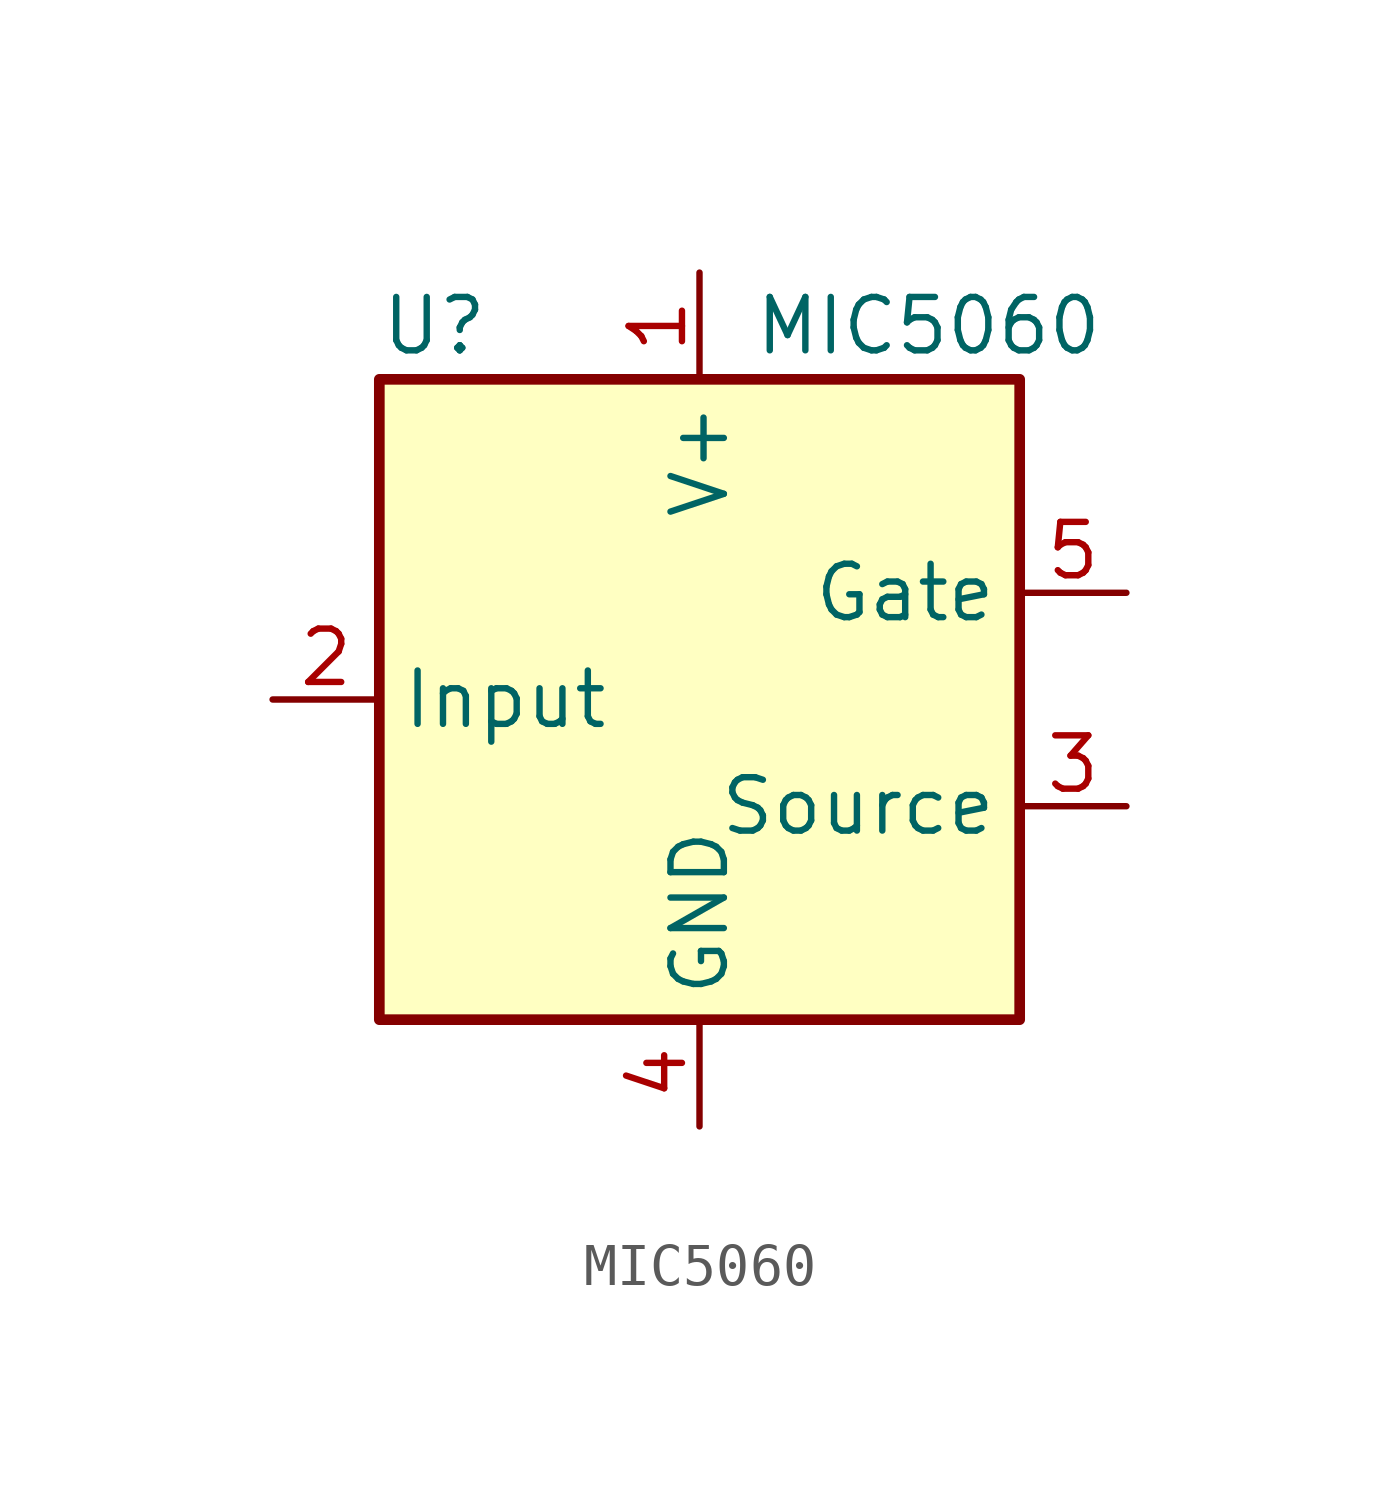
<source format=kicad_sym>
(kicad_symbol_lib
  (version 20241209)
  (generator "kicad_symbol_editor")
  (generator_version "9.0")
  (symbol "MIC5060"
    (property "Reference" "U"
      (at -7.62 8.89 0)
      (effects (font (size 1.27 1.27)) (justify left)))
    (property "Value" "MIC5060"
      (at 1.27 8.89 0)
      (effects (font (size 1.27 1.27)) (justify left)))
    (symbol "MIC5060_0_1"
      (rectangle (start -7.62 7.62) (end 7.62 -7.62) (stroke (width 0.254) (type default)) (fill (type background))))
    (symbol "MIC5060_1_1"
      (pin no_connect line (at -10.16 2.54 0) (length 2.54) (hide yes) (name "NC" (effects (font (size 1.27 1.27)))) (number "6" (effects (font (size 1.27 1.27)))))
      (pin input line (at -10.16 0 0) (length 2.54) (name "Input" (effects (font (size 1.27 1.27)))) (number "2" (effects (font (size 1.27 1.27)))))
      (pin no_connect line (at -10.16 -2.54 0) (length 2.54) (hide yes) (name "NC" (effects (font (size 1.27 1.27)))) (number "7" (effects (font (size 1.27 1.27)))))
      (pin power_in line (at 0 10.16 270) (length 2.54) (name "V+" (effects (font (size 1.27 1.27)))) (number "1" (effects (font (size 1.27 1.27)))))
      (pin power_in line (at 0 -10.16 90) (length 2.54) (name "GND" (effects (font (size 1.27 1.27)))) (number "4" (effects (font (size 1.27 1.27)))))
      (pin no_connect line (at 7.62 0 180) (length 2.54) (hide yes) (name "NC" (effects (font (size 1.27 1.27)))) (number "8" (effects (font (size 1.27 1.27)))))
      (pin output line (at 10.16 2.54 180) (length 2.54) (name "Gate" (effects (font (size 1.27 1.27)))) (number "5" (effects (font (size 1.27 1.27)))))
      (pin output line (at 10.16 -2.54 180) (length 2.54) (name "Source" (effects (font (size 1.27 1.27)))) (number "3" (effects (font (size 1.27 1.27))))))))
</source>
